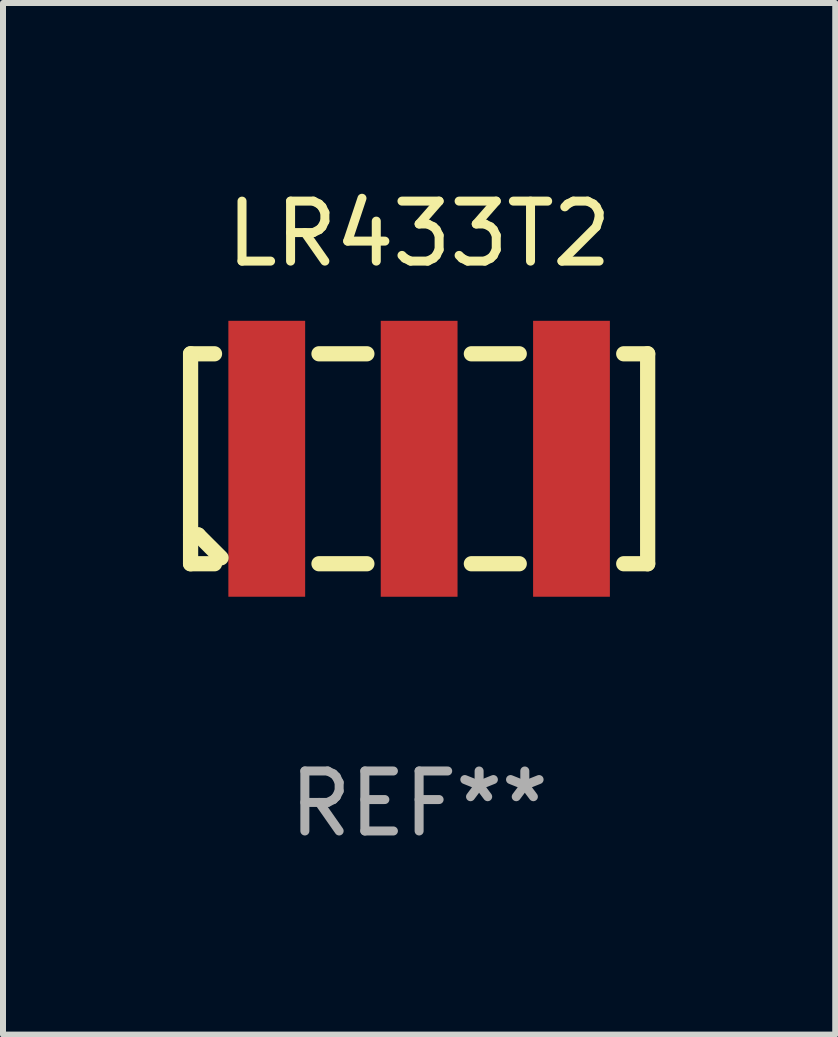
<source format=kicad_pcb>
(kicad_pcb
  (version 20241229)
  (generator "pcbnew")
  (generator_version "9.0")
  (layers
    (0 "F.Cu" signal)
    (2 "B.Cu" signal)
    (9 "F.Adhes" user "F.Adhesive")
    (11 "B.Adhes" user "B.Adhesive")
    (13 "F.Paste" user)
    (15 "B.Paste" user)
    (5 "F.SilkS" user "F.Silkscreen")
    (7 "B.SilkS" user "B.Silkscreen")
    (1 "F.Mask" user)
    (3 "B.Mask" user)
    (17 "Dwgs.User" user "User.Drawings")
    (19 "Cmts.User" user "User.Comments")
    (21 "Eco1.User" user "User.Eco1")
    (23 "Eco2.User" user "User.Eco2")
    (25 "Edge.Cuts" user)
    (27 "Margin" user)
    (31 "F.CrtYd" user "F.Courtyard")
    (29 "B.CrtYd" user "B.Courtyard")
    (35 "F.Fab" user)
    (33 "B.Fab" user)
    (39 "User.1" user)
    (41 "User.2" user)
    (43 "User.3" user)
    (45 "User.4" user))
  (footprint "LR433T2"
    (layer "F.Cu")
    (at 3.937 4.598)
    (property "Reference" "LR433T2" (at 0 -3.75 0) (layer "F.SilkS") (effects (font (size 1 1) (thickness 0.15))))
    (attr through_hole)
    (fp_line (start -3.81 -1.75) (end -3.411 -1.75) (stroke (width 0.254) (type solid)) (layer "F.SilkS"))
    (fp_line (start -3.81 1.27) (end -3.683 1.27) (stroke (width 0.254) (type solid)) (layer "F.SilkS"))
    (fp_line (start -3.81 1.75) (end -3.81 -1.75) (stroke (width 0.254) (type solid)) (layer "F.SilkS"))
    (fp_line (start -3.683 1.27) (end -3.302 1.651) (stroke (width 0.254) (type solid)) (layer "F.SilkS"))
    (fp_line (start -3.411 1.75) (end -3.81 1.75) (stroke (width 0.254) (type solid)) (layer "F.SilkS"))
    (fp_line (start -1.669 -1.75) (end -0.871 -1.75) (stroke (width 0.254) (type solid)) (layer "F.SilkS"))
    (fp_line (start -0.871 1.75) (end -1.669 1.75) (stroke (width 0.254) (type solid)) (layer "F.SilkS"))
    (fp_line (start 0.871 -1.75) (end 1.669 -1.75) (stroke (width 0.254) (type solid)) (layer "F.SilkS"))
    (fp_line (start 1.669 1.75) (end 0.871 1.75) (stroke (width 0.254) (type solid)) (layer "F.SilkS"))
    (fp_line (start 3.411 -1.75) (end 3.81 -1.75) (stroke (width 0.254) (type solid)) (layer "F.SilkS"))
    (fp_line (start 3.81 1.75) (end 3.411 1.75) (stroke (width 0.254) (type solid)) (layer "F.SilkS"))
    (fp_line (start 3.81 1.75) (end 3.81 -1.75) (stroke (width 0.254) (type solid)) (layer "F.SilkS"))
    (fp_circle (center -3.75 -1.75) (end -3.72 -1.75) (stroke (width 0.06) (type solid)) (fill no) (layer "F.SilkS"))
    (fp_text user "REF**" (at 0 5.75 0) (layer "F.Fab") (effects (font (size 1 1) (thickness 0.15))))
    (pad "0" smd rect (at 0.000254 0.000254) (size 1.28 4.6) (layers "F.Cu" "F.Mask" "F.Paste"))
    (pad "1" smd rect (at -2.54 0) (size 1.28 4.6) (layers "F.Cu" "F.Mask" "F.Paste"))
    (pad "2" smd rect (at 2.54 0) (size 1.28 4.6) (layers "F.Cu" "F.Mask" "F.Paste")))
  (gr_rect
    (start -3 -3)
    (end 10.874 14.197)
    (stroke (width 0.1) (type default))
    (fill no)
    (layer "Edge.Cuts")))
</source>
